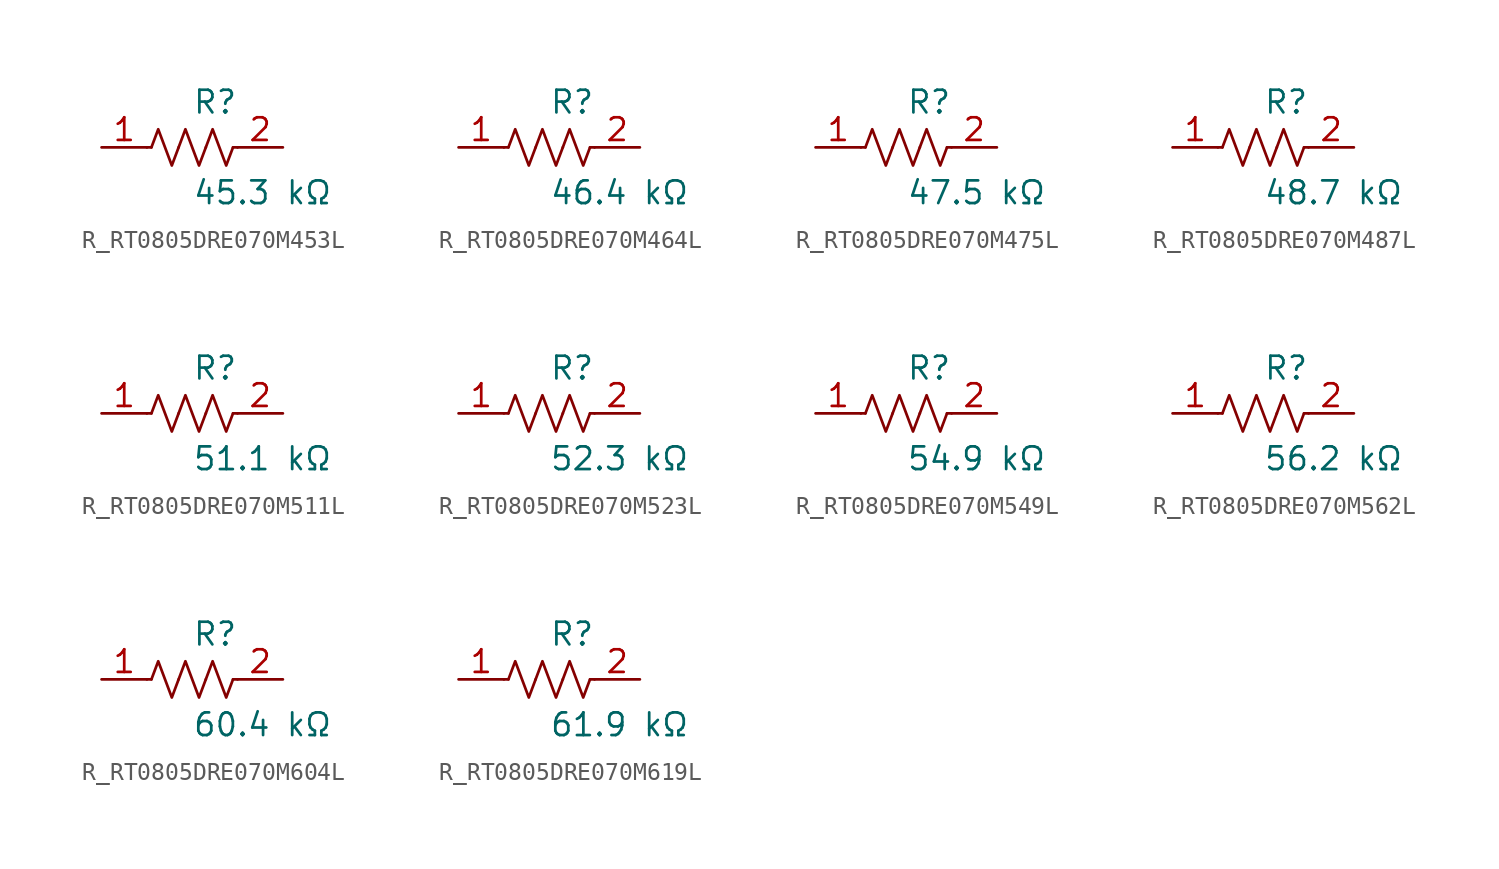
<source format=kicad_sym>
(kicad_symbol_lib
  (version 20231120)
  (generator kicad_symbol_editor)
  (generator_version 8.0)
  (symbol "R_RT0805DRE070M453L"
    (pin_names
      (offset 0.254))
    (property "Reference" "R"
      (at 0.0 2.54 0)
      (effects (font (size 1.27 1.27)) (justify left)))
    (property "Value" "45.3 kΩ"
      (at 0.0 -2.54 0)
      (effects (font (size 1.27 1.27)) (justify left)))
    (symbol "R_RT0805DRE070M453L_0_1"
      (polyline (pts (xy 2.286 0) (xy 2.54 0)) (stroke (width 0) (type default)) (fill (type none)))
      (polyline (pts (xy -2.286 0) (xy -2.54 0)) (stroke (width 0) (type default)) (fill (type none)))
      (polyline (pts (xy 0.762 0) (xy 1.143 1.016) (xy 1.524 0) (xy 1.905 -1.016) (xy 2.286 0)) (stroke (width 0) (type default)) (fill (type none)))
      (polyline (pts (xy -0.762 0) (xy -0.381 1.016) (xy 0 0) (xy 0.381 -1.016) (xy 0.762 0)) (stroke (width 0) (type default)) (fill (type none)))
      (polyline (pts (xy -2.286 0) (xy -1.905 1.016) (xy -1.524 0) (xy -1.143 -1.016) (xy -0.762 0)) (stroke (width 0) (type default)) (fill (type none))))
    (pin unspecified line
      (at -5.08 0 0)
      (length 2.54)
      (name "" (effects (font (size 1.27 1.27))))
      (number "1" (effects (font (size 1.27 1.27)))))
    (pin unspecified line
      (at 5.08 0 180)
      (length 2.54)
      (name "" (effects (font (size 1.27 1.27))))
      (number "2" (effects (font (size 1.27 1.27))))))
  (symbol "R_RT0805DRE070M464L"
    (pin_names
      (offset 0.254))
    (property "Reference" "R"
      (at 0.0 2.54 0)
      (effects (font (size 1.27 1.27)) (justify left)))
    (property "Value" "46.4 kΩ"
      (at 0.0 -2.54 0)
      (effects (font (size 1.27 1.27)) (justify left)))
    (symbol "R_RT0805DRE070M464L_0_1"
      (polyline (pts (xy 2.286 0) (xy 2.54 0)) (stroke (width 0) (type default)) (fill (type none)))
      (polyline (pts (xy -2.286 0) (xy -2.54 0)) (stroke (width 0) (type default)) (fill (type none)))
      (polyline (pts (xy 0.762 0) (xy 1.143 1.016) (xy 1.524 0) (xy 1.905 -1.016) (xy 2.286 0)) (stroke (width 0) (type default)) (fill (type none)))
      (polyline (pts (xy -0.762 0) (xy -0.381 1.016) (xy 0 0) (xy 0.381 -1.016) (xy 0.762 0)) (stroke (width 0) (type default)) (fill (type none)))
      (polyline (pts (xy -2.286 0) (xy -1.905 1.016) (xy -1.524 0) (xy -1.143 -1.016) (xy -0.762 0)) (stroke (width 0) (type default)) (fill (type none))))
    (pin unspecified line
      (at -5.08 0 0)
      (length 2.54)
      (name "" (effects (font (size 1.27 1.27))))
      (number "1" (effects (font (size 1.27 1.27)))))
    (pin unspecified line
      (at 5.08 0 180)
      (length 2.54)
      (name "" (effects (font (size 1.27 1.27))))
      (number "2" (effects (font (size 1.27 1.27))))))
  (symbol "R_RT0805DRE070M475L"
    (pin_names
      (offset 0.254))
    (property "Reference" "R"
      (at 0.0 2.54 0)
      (effects (font (size 1.27 1.27)) (justify left)))
    (property "Value" "47.5 kΩ"
      (at 0.0 -2.54 0)
      (effects (font (size 1.27 1.27)) (justify left)))
    (symbol "R_RT0805DRE070M475L_0_1"
      (polyline (pts (xy 2.286 0) (xy 2.54 0)) (stroke (width 0) (type default)) (fill (type none)))
      (polyline (pts (xy -2.286 0) (xy -2.54 0)) (stroke (width 0) (type default)) (fill (type none)))
      (polyline (pts (xy 0.762 0) (xy 1.143 1.016) (xy 1.524 0) (xy 1.905 -1.016) (xy 2.286 0)) (stroke (width 0) (type default)) (fill (type none)))
      (polyline (pts (xy -0.762 0) (xy -0.381 1.016) (xy 0 0) (xy 0.381 -1.016) (xy 0.762 0)) (stroke (width 0) (type default)) (fill (type none)))
      (polyline (pts (xy -2.286 0) (xy -1.905 1.016) (xy -1.524 0) (xy -1.143 -1.016) (xy -0.762 0)) (stroke (width 0) (type default)) (fill (type none))))
    (pin unspecified line
      (at -5.08 0 0)
      (length 2.54)
      (name "" (effects (font (size 1.27 1.27))))
      (number "1" (effects (font (size 1.27 1.27)))))
    (pin unspecified line
      (at 5.08 0 180)
      (length 2.54)
      (name "" (effects (font (size 1.27 1.27))))
      (number "2" (effects (font (size 1.27 1.27))))))
  (symbol "R_RT0805DRE070M487L"
    (pin_names
      (offset 0.254))
    (property "Reference" "R"
      (at 0.0 2.54 0)
      (effects (font (size 1.27 1.27)) (justify left)))
    (property "Value" "48.7 kΩ"
      (at 0.0 -2.54 0)
      (effects (font (size 1.27 1.27)) (justify left)))
    (symbol "R_RT0805DRE070M487L_0_1"
      (polyline (pts (xy 2.286 0) (xy 2.54 0)) (stroke (width 0) (type default)) (fill (type none)))
      (polyline (pts (xy -2.286 0) (xy -2.54 0)) (stroke (width 0) (type default)) (fill (type none)))
      (polyline (pts (xy 0.762 0) (xy 1.143 1.016) (xy 1.524 0) (xy 1.905 -1.016) (xy 2.286 0)) (stroke (width 0) (type default)) (fill (type none)))
      (polyline (pts (xy -0.762 0) (xy -0.381 1.016) (xy 0 0) (xy 0.381 -1.016) (xy 0.762 0)) (stroke (width 0) (type default)) (fill (type none)))
      (polyline (pts (xy -2.286 0) (xy -1.905 1.016) (xy -1.524 0) (xy -1.143 -1.016) (xy -0.762 0)) (stroke (width 0) (type default)) (fill (type none))))
    (pin unspecified line
      (at -5.08 0 0)
      (length 2.54)
      (name "" (effects (font (size 1.27 1.27))))
      (number "1" (effects (font (size 1.27 1.27)))))
    (pin unspecified line
      (at 5.08 0 180)
      (length 2.54)
      (name "" (effects (font (size 1.27 1.27))))
      (number "2" (effects (font (size 1.27 1.27))))))
  (symbol "R_RT0805DRE070M511L"
    (pin_names
      (offset 0.254))
    (property "Reference" "R"
      (at 0.0 2.54 0)
      (effects (font (size 1.27 1.27)) (justify left)))
    (property "Value" "51.1 kΩ"
      (at 0.0 -2.54 0)
      (effects (font (size 1.27 1.27)) (justify left)))
    (symbol "R_RT0805DRE070M511L_0_1"
      (polyline (pts (xy 2.286 0) (xy 2.54 0)) (stroke (width 0) (type default)) (fill (type none)))
      (polyline (pts (xy -2.286 0) (xy -2.54 0)) (stroke (width 0) (type default)) (fill (type none)))
      (polyline (pts (xy 0.762 0) (xy 1.143 1.016) (xy 1.524 0) (xy 1.905 -1.016) (xy 2.286 0)) (stroke (width 0) (type default)) (fill (type none)))
      (polyline (pts (xy -0.762 0) (xy -0.381 1.016) (xy 0 0) (xy 0.381 -1.016) (xy 0.762 0)) (stroke (width 0) (type default)) (fill (type none)))
      (polyline (pts (xy -2.286 0) (xy -1.905 1.016) (xy -1.524 0) (xy -1.143 -1.016) (xy -0.762 0)) (stroke (width 0) (type default)) (fill (type none))))
    (pin unspecified line
      (at -5.08 0 0)
      (length 2.54)
      (name "" (effects (font (size 1.27 1.27))))
      (number "1" (effects (font (size 1.27 1.27)))))
    (pin unspecified line
      (at 5.08 0 180)
      (length 2.54)
      (name "" (effects (font (size 1.27 1.27))))
      (number "2" (effects (font (size 1.27 1.27))))))
  (symbol "R_RT0805DRE070M523L"
    (pin_names
      (offset 0.254))
    (property "Reference" "R"
      (at 0.0 2.54 0)
      (effects (font (size 1.27 1.27)) (justify left)))
    (property "Value" "52.3 kΩ"
      (at 0.0 -2.54 0)
      (effects (font (size 1.27 1.27)) (justify left)))
    (symbol "R_RT0805DRE070M523L_0_1"
      (polyline (pts (xy 2.286 0) (xy 2.54 0)) (stroke (width 0) (type default)) (fill (type none)))
      (polyline (pts (xy -2.286 0) (xy -2.54 0)) (stroke (width 0) (type default)) (fill (type none)))
      (polyline (pts (xy 0.762 0) (xy 1.143 1.016) (xy 1.524 0) (xy 1.905 -1.016) (xy 2.286 0)) (stroke (width 0) (type default)) (fill (type none)))
      (polyline (pts (xy -0.762 0) (xy -0.381 1.016) (xy 0 0) (xy 0.381 -1.016) (xy 0.762 0)) (stroke (width 0) (type default)) (fill (type none)))
      (polyline (pts (xy -2.286 0) (xy -1.905 1.016) (xy -1.524 0) (xy -1.143 -1.016) (xy -0.762 0)) (stroke (width 0) (type default)) (fill (type none))))
    (pin unspecified line
      (at -5.08 0 0)
      (length 2.54)
      (name "" (effects (font (size 1.27 1.27))))
      (number "1" (effects (font (size 1.27 1.27)))))
    (pin unspecified line
      (at 5.08 0 180)
      (length 2.54)
      (name "" (effects (font (size 1.27 1.27))))
      (number "2" (effects (font (size 1.27 1.27))))))
  (symbol "R_RT0805DRE070M549L"
    (pin_names
      (offset 0.254))
    (property "Reference" "R"
      (at 0.0 2.54 0)
      (effects (font (size 1.27 1.27)) (justify left)))
    (property "Value" "54.9 kΩ"
      (at 0.0 -2.54 0)
      (effects (font (size 1.27 1.27)) (justify left)))
    (symbol "R_RT0805DRE070M549L_0_1"
      (polyline (pts (xy 2.286 0) (xy 2.54 0)) (stroke (width 0) (type default)) (fill (type none)))
      (polyline (pts (xy -2.286 0) (xy -2.54 0)) (stroke (width 0) (type default)) (fill (type none)))
      (polyline (pts (xy 0.762 0) (xy 1.143 1.016) (xy 1.524 0) (xy 1.905 -1.016) (xy 2.286 0)) (stroke (width 0) (type default)) (fill (type none)))
      (polyline (pts (xy -0.762 0) (xy -0.381 1.016) (xy 0 0) (xy 0.381 -1.016) (xy 0.762 0)) (stroke (width 0) (type default)) (fill (type none)))
      (polyline (pts (xy -2.286 0) (xy -1.905 1.016) (xy -1.524 0) (xy -1.143 -1.016) (xy -0.762 0)) (stroke (width 0) (type default)) (fill (type none))))
    (pin unspecified line
      (at -5.08 0 0)
      (length 2.54)
      (name "" (effects (font (size 1.27 1.27))))
      (number "1" (effects (font (size 1.27 1.27)))))
    (pin unspecified line
      (at 5.08 0 180)
      (length 2.54)
      (name "" (effects (font (size 1.27 1.27))))
      (number "2" (effects (font (size 1.27 1.27))))))
  (symbol "R_RT0805DRE070M562L"
    (pin_names
      (offset 0.254))
    (property "Reference" "R"
      (at 0.0 2.54 0)
      (effects (font (size 1.27 1.27)) (justify left)))
    (property "Value" "56.2 kΩ"
      (at 0.0 -2.54 0)
      (effects (font (size 1.27 1.27)) (justify left)))
    (symbol "R_RT0805DRE070M562L_0_1"
      (polyline (pts (xy 2.286 0) (xy 2.54 0)) (stroke (width 0) (type default)) (fill (type none)))
      (polyline (pts (xy -2.286 0) (xy -2.54 0)) (stroke (width 0) (type default)) (fill (type none)))
      (polyline (pts (xy 0.762 0) (xy 1.143 1.016) (xy 1.524 0) (xy 1.905 -1.016) (xy 2.286 0)) (stroke (width 0) (type default)) (fill (type none)))
      (polyline (pts (xy -0.762 0) (xy -0.381 1.016) (xy 0 0) (xy 0.381 -1.016) (xy 0.762 0)) (stroke (width 0) (type default)) (fill (type none)))
      (polyline (pts (xy -2.286 0) (xy -1.905 1.016) (xy -1.524 0) (xy -1.143 -1.016) (xy -0.762 0)) (stroke (width 0) (type default)) (fill (type none))))
    (pin unspecified line
      (at -5.08 0 0)
      (length 2.54)
      (name "" (effects (font (size 1.27 1.27))))
      (number "1" (effects (font (size 1.27 1.27)))))
    (pin unspecified line
      (at 5.08 0 180)
      (length 2.54)
      (name "" (effects (font (size 1.27 1.27))))
      (number "2" (effects (font (size 1.27 1.27))))))
  (symbol "R_RT0805DRE070M604L"
    (pin_names
      (offset 0.254))
    (property "Reference" "R"
      (at 0.0 2.54 0)
      (effects (font (size 1.27 1.27)) (justify left)))
    (property "Value" "60.4 kΩ"
      (at 0.0 -2.54 0)
      (effects (font (size 1.27 1.27)) (justify left)))
    (symbol "R_RT0805DRE070M604L_0_1"
      (polyline (pts (xy 2.286 0) (xy 2.54 0)) (stroke (width 0) (type default)) (fill (type none)))
      (polyline (pts (xy -2.286 0) (xy -2.54 0)) (stroke (width 0) (type default)) (fill (type none)))
      (polyline (pts (xy 0.762 0) (xy 1.143 1.016) (xy 1.524 0) (xy 1.905 -1.016) (xy 2.286 0)) (stroke (width 0) (type default)) (fill (type none)))
      (polyline (pts (xy -0.762 0) (xy -0.381 1.016) (xy 0 0) (xy 0.381 -1.016) (xy 0.762 0)) (stroke (width 0) (type default)) (fill (type none)))
      (polyline (pts (xy -2.286 0) (xy -1.905 1.016) (xy -1.524 0) (xy -1.143 -1.016) (xy -0.762 0)) (stroke (width 0) (type default)) (fill (type none))))
    (pin unspecified line
      (at -5.08 0 0)
      (length 2.54)
      (name "" (effects (font (size 1.27 1.27))))
      (number "1" (effects (font (size 1.27 1.27)))))
    (pin unspecified line
      (at 5.08 0 180)
      (length 2.54)
      (name "" (effects (font (size 1.27 1.27))))
      (number "2" (effects (font (size 1.27 1.27))))))
  (symbol "R_RT0805DRE070M619L"
    (pin_names
      (offset 0.254))
    (property "Reference" "R"
      (at 0.0 2.54 0)
      (effects (font (size 1.27 1.27)) (justify left)))
    (property "Value" "61.9 kΩ"
      (at 0.0 -2.54 0)
      (effects (font (size 1.27 1.27)) (justify left)))
    (symbol "R_RT0805DRE070M619L_0_1"
      (polyline (pts (xy 2.286 0) (xy 2.54 0)) (stroke (width 0) (type default)) (fill (type none)))
      (polyline (pts (xy -2.286 0) (xy -2.54 0)) (stroke (width 0) (type default)) (fill (type none)))
      (polyline (pts (xy 0.762 0) (xy 1.143 1.016) (xy 1.524 0) (xy 1.905 -1.016) (xy 2.286 0)) (stroke (width 0) (type default)) (fill (type none)))
      (polyline (pts (xy -0.762 0) (xy -0.381 1.016) (xy 0 0) (xy 0.381 -1.016) (xy 0.762 0)) (stroke (width 0) (type default)) (fill (type none)))
      (polyline (pts (xy -2.286 0) (xy -1.905 1.016) (xy -1.524 0) (xy -1.143 -1.016) (xy -0.762 0)) (stroke (width 0) (type default)) (fill (type none))))
    (pin unspecified line
      (at -5.08 0 0)
      (length 2.54)
      (name "" (effects (font (size 1.27 1.27))))
      (number "1" (effects (font (size 1.27 1.27)))))
    (pin unspecified line
      (at 5.08 0 180)
      (length 2.54)
      (name "" (effects (font (size 1.27 1.27))))
      (number "2" (effects (font (size 1.27 1.27)))))))
</source>
